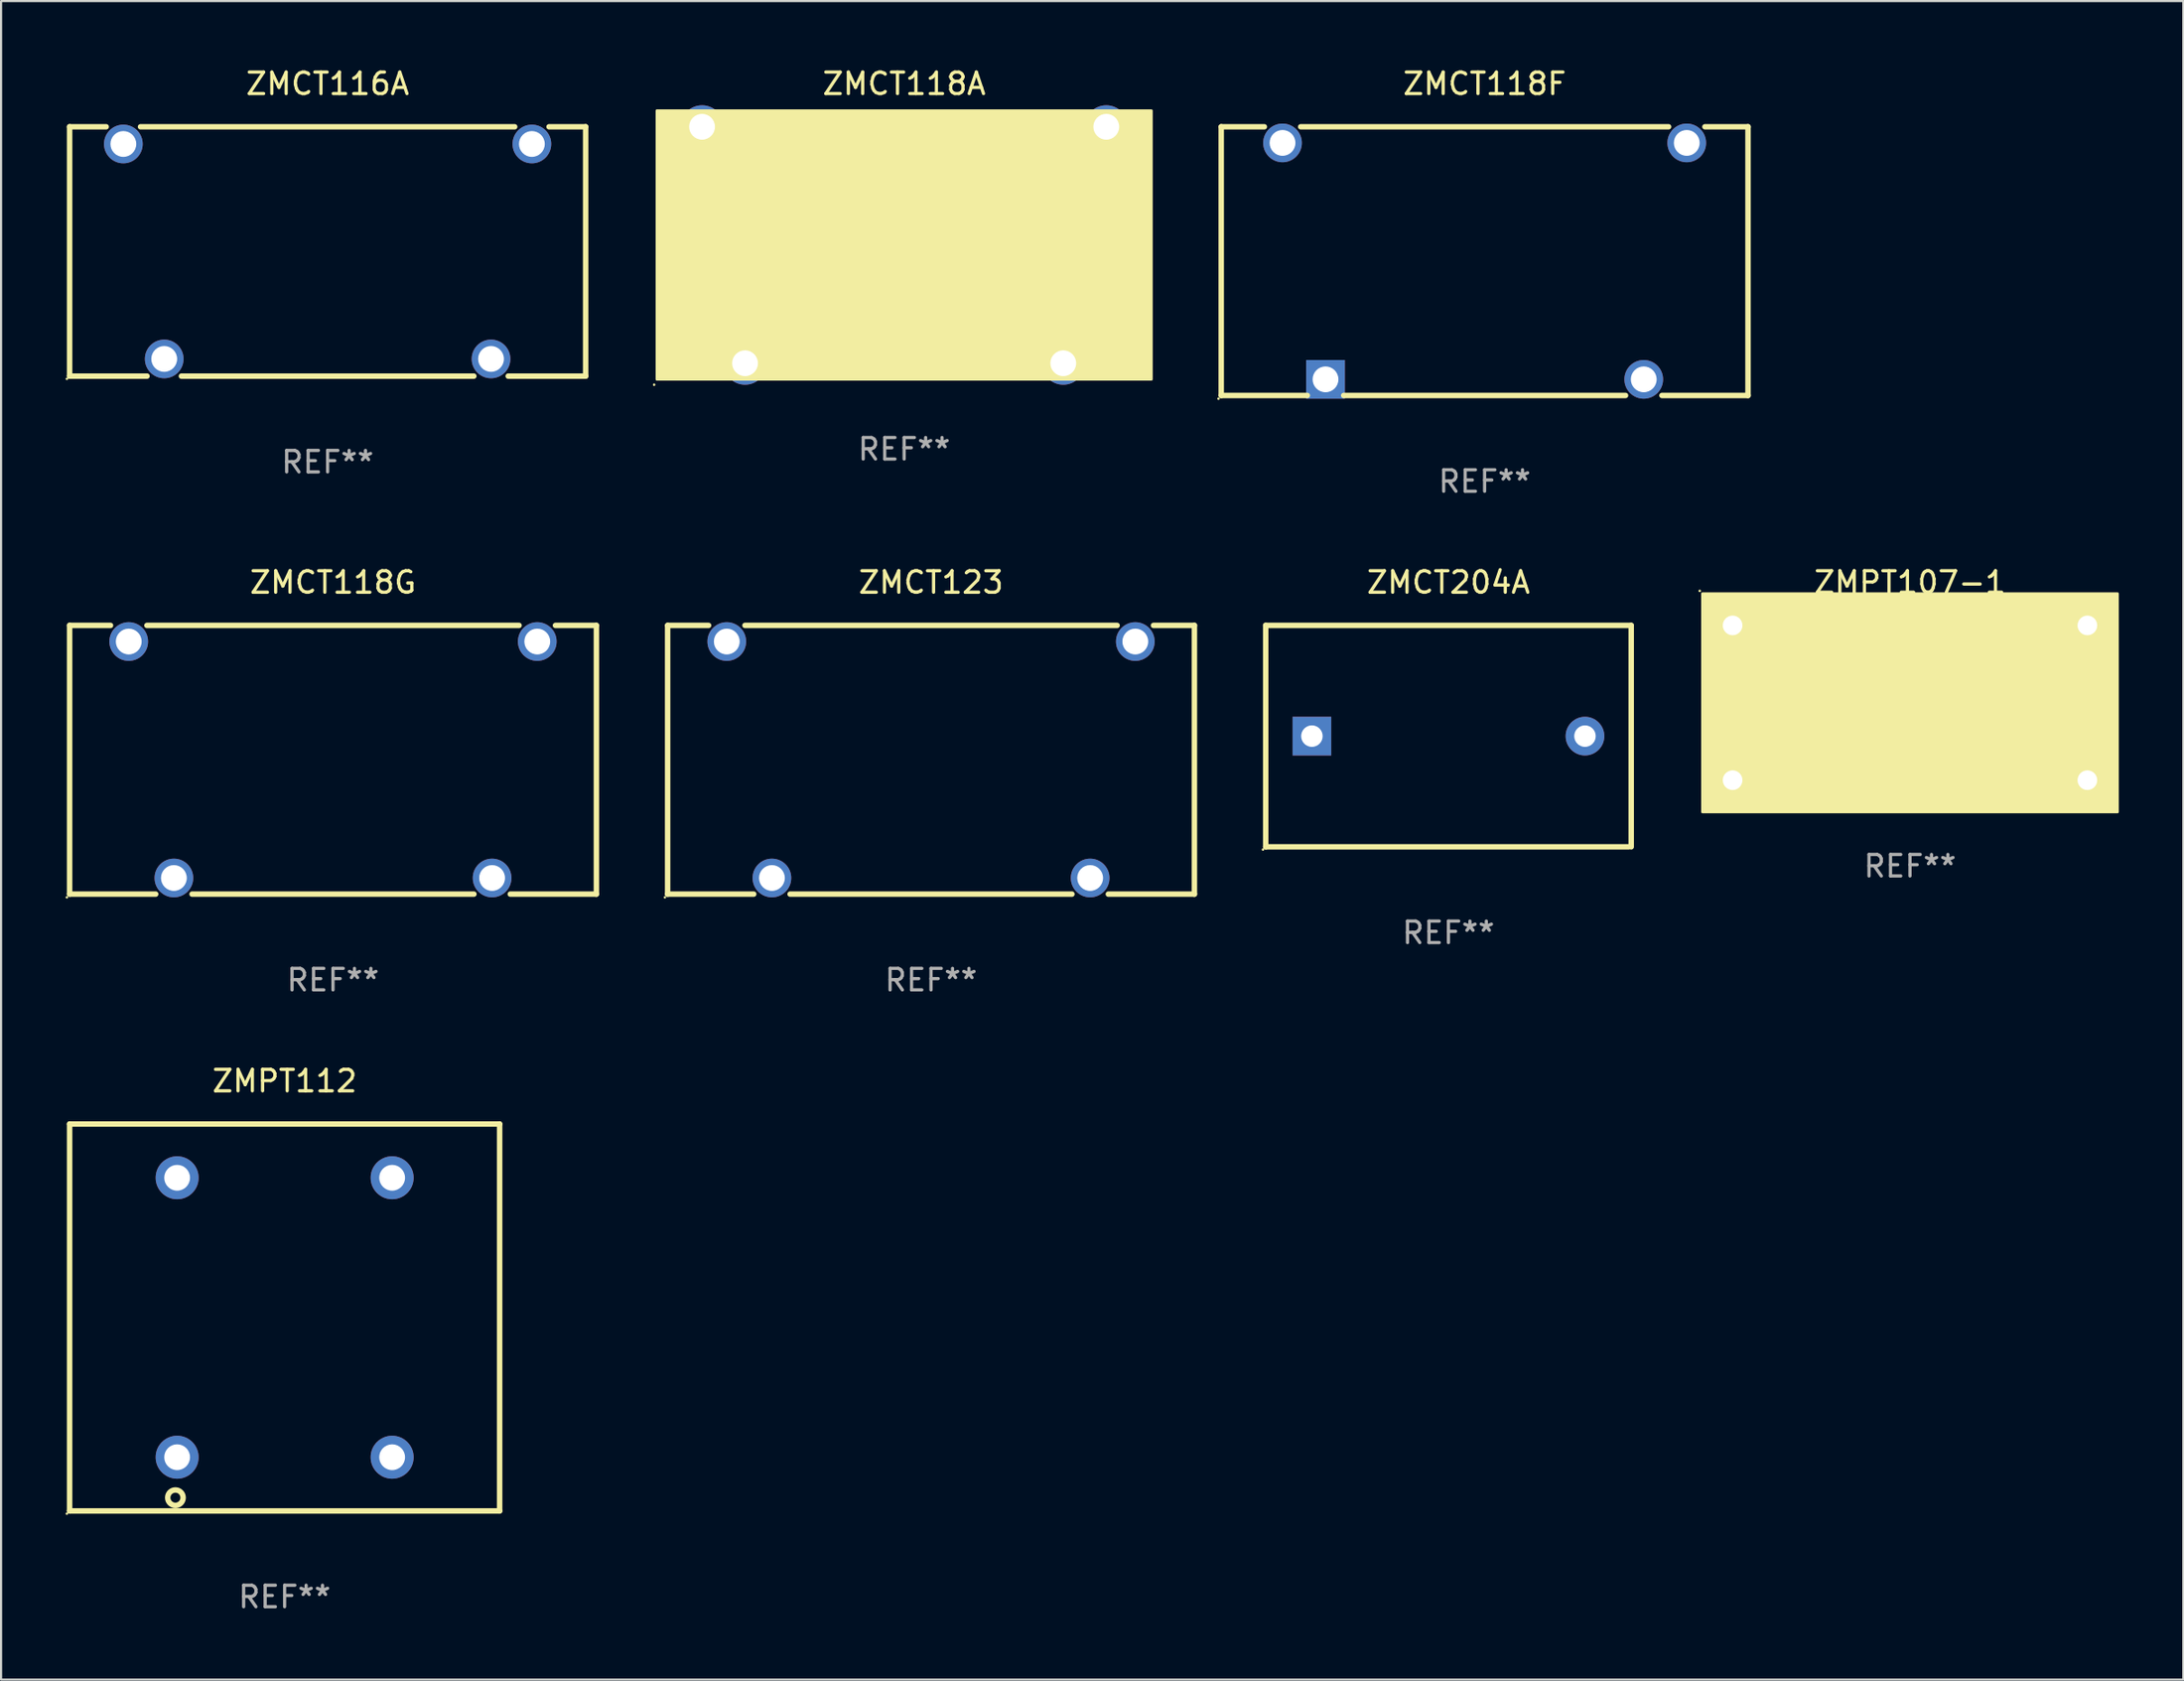
<source format=kicad_pcb>
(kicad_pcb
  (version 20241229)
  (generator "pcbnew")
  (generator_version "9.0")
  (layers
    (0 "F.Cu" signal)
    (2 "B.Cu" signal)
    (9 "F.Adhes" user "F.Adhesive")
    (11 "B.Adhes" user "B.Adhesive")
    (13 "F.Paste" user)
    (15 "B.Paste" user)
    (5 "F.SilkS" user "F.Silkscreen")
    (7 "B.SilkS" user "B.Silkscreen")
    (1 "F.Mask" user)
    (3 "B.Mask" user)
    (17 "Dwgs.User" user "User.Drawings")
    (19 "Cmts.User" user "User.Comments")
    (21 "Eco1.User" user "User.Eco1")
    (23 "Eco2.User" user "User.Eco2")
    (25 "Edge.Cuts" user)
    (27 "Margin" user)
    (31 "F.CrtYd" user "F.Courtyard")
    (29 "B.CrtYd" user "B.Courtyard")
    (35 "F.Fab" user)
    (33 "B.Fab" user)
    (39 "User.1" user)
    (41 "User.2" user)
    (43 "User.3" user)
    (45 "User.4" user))
  (footprint "ZMCT123"
    (layer "F.Cu")
    (at 40.251 32.295)
    (property "Reference" "ZMCT123" (at 0 -8.25 0) (layer "F.SilkS") (effects (font (size 1 1) (thickness 0.15))))
    (attr through_hole)
    (fp_line (start -12.25 -6.25) (end -10.346 -6.25) (stroke (width 0.254) (type solid)) (layer "F.SilkS"))
    (fp_line (start -12.25 6.25) (end -12.25 -6.25) (stroke (width 0.254) (type solid)) (layer "F.SilkS"))
    (fp_line (start -8.654 -6.25) (end 8.654 -6.25) (stroke (width 0.254) (type solid)) (layer "F.SilkS"))
    (fp_line (start -8.246 6.25) (end -12.25 6.25) (stroke (width 0.254) (type solid)) (layer "F.SilkS"))
    (fp_line (start 6.554 6.25) (end -6.554 6.25) (stroke (width 0.254) (type solid)) (layer "F.SilkS"))
    (fp_line (start 10.346 -6.25) (end 12.25 -6.25) (stroke (width 0.254) (type solid)) (layer "F.SilkS"))
    (fp_line (start 12.25 -6.25) (end 12.25 6.25) (stroke (width 0.254) (type solid)) (layer "F.SilkS"))
    (fp_line (start 12.25 6.25) (end 8.246 6.25) (stroke (width 0.254) (type solid)) (layer "F.SilkS"))
    (fp_circle (center -12.377 6.4) (end -12.347 6.4) (stroke (width 0.06) (type solid)) (fill no) (layer "F.SilkS"))
    (fp_text user "REF**" (at 0 10.25 0) (layer "F.Fab") (effects (font (size 1 1) (thickness 0.15))))
    (pad "1" thru_hole circle (at -7.4 5.5) (size 1.8 1.8) (drill 1.2) (layers "*.Cu" "*.Mask"))
    (pad "2" thru_hole circle (at 7.4 5.5) (size 1.8 1.8) (drill 1.2) (layers "*.Cu" "*.Mask"))
    (pad "3" thru_hole circle (at 9.5 -5.5) (size 1.8 1.8) (drill 1.2) (layers "*.Cu" "*.Mask"))
    (pad "4" thru_hole circle (at -9.5 -5.5) (size 1.8 1.8) (drill 1.2) (layers "*.Cu" "*.Mask")))
  (footprint "ZMPT112"
    (layer "F.Cu")
    (at 10.187 58.241)
    (property "Reference" "ZMPT112" (at 0 -11 0) (layer "F.SilkS") (effects (font (size 1 1) (thickness 0.15))))
    (attr through_hole)
    (fp_line (start -10 9) (end -10 -9) (stroke (width 0.254) (type solid)) (layer "F.SilkS"))
    (fp_line (start -10 9) (end 10 9) (stroke (width 0.254) (type solid)) (layer "F.SilkS"))
    (fp_line (start 10 -9) (end -10 -9) (stroke (width 0.254) (type solid)) (layer "F.SilkS"))
    (fp_line (start 10 -9) (end 10 9) (stroke (width 0.254) (type solid)) (layer "F.SilkS"))
    (fp_circle (center -10.127 9.127) (end -10.097 9.127) (stroke (width 0.06) (type solid)) (fill no) (layer "F.SilkS"))
    (fp_circle (center -5.079 8.382) (end -4.72 8.382) (stroke (width 0.254) (type solid)) (fill no) (layer "F.SilkS"))
    (fp_text user "*" (at 8.129 -8.082 0) (layer "B.Mask") (effects (font (size 1 1) (thickness 0.15))))
    (fp_text user "*" (at -8.127 7.158 0) (layer "B.Mask") (effects (font (size 1 1) (thickness 0.15))))
    (fp_text user "REF**" (at 0 13 0) (layer "F.Fab") (effects (font (size 1 1) (thickness 0.15))))
    (pad "1" thru_hole circle (at -4.999 6.5) (size 2 2) (drill 1.2) (layers "*.Cu" "*.Mask"))
    (pad "2" thru_hole circle (at -4.999 -6.5) (size 2 2) (drill 1.2) (layers "*.Cu" "*.Mask"))
    (pad "3" thru_hole circle (at 5.001 -6.5) (size 2 2) (drill 1.2) (layers "*.Cu" "*.Mask"))
    (pad "4" thru_hole circle (at 5.001 6.5) (size 2 2) (drill 1.2) (layers "*.Cu" "*.Mask")))
  (footprint "ZMCT118A"
    (layer "F.Cu")
    (at 39.001 8.348)
    (property "Reference" "ZMCT118A" (at 0 -7.5 0) (layer "F.SilkS") (effects (font (size 1 1) (thickness 0.15))))
    (attr through_hole)
    (fp_circle (center -11.627 6.5) (end -11.597 6.5) (stroke (width 0.06) (type solid)) (fill no) (layer "F.SilkS"))
    (fp_poly (pts (xy -11.5 -6.25) (xy 11.5 -6.25) (xy 11.5 6.25) (xy -11.5 6.25)) (stroke (width 0.12) (type solid)) (fill yes) (layer "F.SilkS"))
    (fp_text user "REF**" (at 0 9.5 0) (layer "F.Fab") (effects (font (size 1 1) (thickness 0.15))))
    (pad "1" thru_hole circle (at -7.4 5.5) (size 2 2) (drill 1.2) (layers "*.Cu" "*.Mask"))
    (pad "2" thru_hole circle (at 7.4 5.5) (size 2 2) (drill 1.2) (layers "*.Cu" "*.Mask"))
    (pad "3" thru_hole circle (at 9.4 -5.5) (size 2 2) (drill 1.2) (layers "*.Cu" "*.Mask"))
    (pad "4" thru_hole circle (at -9.4 -5.5) (size 2 2) (drill 1.2) (layers "*.Cu" "*.Mask")))
  (footprint "ZMCT118F"
    (layer "F.Cu")
    (at 65.998 9.098)
    (property "Reference" "ZMCT118F" (at 0 -8.25 0) (layer "F.SilkS") (effects (font (size 1 1) (thickness 0.15))))
    (attr through_hole)
    (fp_line (start -12.25 -6.25) (end -10.246 -6.25) (stroke (width 0.254) (type solid)) (layer "F.SilkS"))
    (fp_line (start -12.25 6.25) (end -12.25 -6.25) (stroke (width 0.254) (type solid)) (layer "F.SilkS"))
    (fp_line (start -8.554 -6.25) (end 8.554 -6.25) (stroke (width 0.254) (type solid)) (layer "F.SilkS"))
    (fp_line (start -8.246 6.25) (end -12.25 6.25) (stroke (width 0.254) (type solid)) (layer "F.SilkS"))
    (fp_line (start 6.554 6.25) (end -6.554 6.25) (stroke (width 0.254) (type solid)) (layer "F.SilkS"))
    (fp_line (start 10.246 -6.25) (end 12.25 -6.25) (stroke (width 0.254) (type solid)) (layer "F.SilkS"))
    (fp_line (start 12.25 -6.25) (end 12.25 6.25) (stroke (width 0.254) (type solid)) (layer "F.SilkS"))
    (fp_line (start 12.25 6.25) (end 8.246 6.25) (stroke (width 0.254) (type solid)) (layer "F.SilkS"))
    (fp_circle (center -12.377 6.4) (end -12.347 6.4) (stroke (width 0.06) (type solid)) (fill no) (layer "F.SilkS"))
    (fp_text user "REF**" (at 0 10.25 0) (layer "F.Fab") (effects (font (size 1 1) (thickness 0.15))))
    (pad "1" thru_hole rect (at -7.4 5.5) (size 1.8 1.8) (drill 1.2) (layers "*.Cu" "*.Mask"))
    (pad "2" thru_hole circle (at 7.4 5.5) (size 1.8 1.8) (drill 1.2) (layers "*.Cu" "*.Mask"))
    (pad "3" thru_hole circle (at 9.4 -5.5) (size 1.8 1.8) (drill 1.2) (layers "*.Cu" "*.Mask"))
    (pad "4" thru_hole circle (at -9.4 -5.5) (size 1.8 1.8) (drill 1.2) (layers "*.Cu" "*.Mask")))
  (footprint "ZMCT118G"
    (layer "F.Cu")
    (at 12.437 32.295)
    (property "Reference" "ZMCT118G" (at 0 -8.25 0) (layer "F.SilkS") (effects (font (size 1 1) (thickness 0.15))))
    (attr through_hole)
    (fp_line (start -12.25 -6.25) (end -10.346 -6.25) (stroke (width 0.254) (type solid)) (layer "F.SilkS"))
    (fp_line (start -12.25 6.25) (end -12.25 -6.25) (stroke (width 0.254) (type solid)) (layer "F.SilkS"))
    (fp_line (start -8.654 -6.25) (end 8.654 -6.25) (stroke (width 0.254) (type solid)) (layer "F.SilkS"))
    (fp_line (start -8.246 6.25) (end -12.25 6.25) (stroke (width 0.254) (type solid)) (layer "F.SilkS"))
    (fp_line (start 6.554 6.25) (end -6.554 6.25) (stroke (width 0.254) (type solid)) (layer "F.SilkS"))
    (fp_line (start 10.346 -6.25) (end 12.25 -6.25) (stroke (width 0.254) (type solid)) (layer "F.SilkS"))
    (fp_line (start 12.25 -6.25) (end 12.25 6.25) (stroke (width 0.254) (type solid)) (layer "F.SilkS"))
    (fp_line (start 12.25 6.25) (end 8.246 6.25) (stroke (width 0.254) (type solid)) (layer "F.SilkS"))
    (fp_circle (center -12.377 6.4) (end -12.347 6.4) (stroke (width 0.06) (type solid)) (fill no) (layer "F.SilkS"))
    (fp_text user "REF**" (at 0 10.25 0) (layer "F.Fab") (effects (font (size 1 1) (thickness 0.15))))
    (pad "1" thru_hole circle (at -7.4 5.5) (size 1.8 1.8) (drill 1.2) (layers "*.Cu" "*.Mask"))
    (pad "2" thru_hole circle (at 7.4 5.5) (size 1.8 1.8) (drill 1.2) (layers "*.Cu" "*.Mask"))
    (pad "3" thru_hole circle (at 9.5 -5.5) (size 1.8 1.8) (drill 1.2) (layers "*.Cu" "*.Mask"))
    (pad "4" thru_hole circle (at -9.5 -5.5) (size 1.8 1.8) (drill 1.2) (layers "*.Cu" "*.Mask")))
  (footprint "ZMCT116A"
    (layer "F.Cu")
    (at 12.187 8.648)
    (property "Reference" "ZMCT116A" (at 0 -7.8 0) (layer "F.SilkS") (effects (font (size 1 1) (thickness 0.15))))
    (attr through_hole)
    (fp_line (start -12 5.8) (end -12 -5.8) (stroke (width 0.254) (type solid)) (layer "F.SilkS"))
    (fp_line (start -12 5.8) (end -8.399 5.8) (stroke (width 0.254) (type solid)) (layer "F.SilkS"))
    (fp_line (start -10.299 -5.8) (end -12 -5.8) (stroke (width 0.254) (type solid)) (layer "F.SilkS"))
    (fp_line (start -6.801 5.8) (end 6.801 5.8) (stroke (width 0.254) (type solid)) (layer "F.SilkS"))
    (fp_line (start 8.399 5.8) (end 12 5.8) (stroke (width 0.254) (type solid)) (layer "F.SilkS"))
    (fp_line (start 8.701 -5.8) (end -8.701 -5.8) (stroke (width 0.254) (type solid)) (layer "F.SilkS"))
    (fp_line (start 12 -5.8) (end 10.299 -5.8) (stroke (width 0.254) (type solid)) (layer "F.SilkS"))
    (fp_line (start 12 -5.8) (end 12 5.8) (stroke (width 0.254) (type solid)) (layer "F.SilkS"))
    (fp_circle (center -12.127 5.927) (end -12.097 5.927) (stroke (width 0.06) (type solid)) (fill no) (layer "F.SilkS"))
    (fp_text user "REF**" (at 0 9.8 0) (layer "F.Fab") (effects (font (size 1 1) (thickness 0.15))))
    (pad "1" thru_hole circle (at -7.6 5) (size 1.8 1.8) (drill 1.2) (layers "*.Cu" "*.Mask"))
    (pad "2" thru_hole circle (at 7.6 5) (size 1.8 1.8) (drill 1.2) (layers "*.Cu" "*.Mask"))
    (pad "3" thru_hole circle (at 9.5 -5) (size 1.8 1.8) (drill 1.2) (layers "*.Cu" "*.Mask"))
    (pad "4" thru_hole circle (at -9.5 -5) (size 1.8 1.8) (drill 1.2) (layers "*.Cu" "*.Mask")))
  (footprint "ZMPT107-1"
    (layer "F.Cu")
    (at 85.781 29.645)
    (property "Reference" "ZMPT107-1" (at 0 -5.6 0) (layer "F.SilkS") (effects (font (size 1 1) (thickness 0.15))))
    (attr through_hole)
    (fp_circle (center -9.779 -5.207) (end -9.749 -5.207) (stroke (width 0.06) (type solid)) (fill no) (layer "F.SilkS"))
    (fp_poly (pts (xy -9.652 -5.08) (xy 9.652 -5.08) (xy 9.652 5.08) (xy -9.652 5.08)) (stroke (width 0.12) (type solid)) (fill yes) (layer "F.SilkS"))
    (fp_text user "REF**" (at 0 7.6 0) (layer "F.Fab") (effects (font (size 1 1) (thickness 0.15))))
    (pad "1" thru_hole rect (at -8.25 -3.6) (size 1.524 1.524) (drill 0.914) (layers "*.Cu" "*.Mask"))
    (pad "2" thru_hole circle (at -8.25 3.6) (size 1.524 1.524) (drill 0.914) (layers "*.Cu" "*.Mask"))
    (pad "3" thru_hole rect (at 8.25 -3.6) (size 1.524 1.524) (drill 0.914) (layers "*.Cu" "*.Mask"))
    (pad "4" thru_hole circle (at 8.25 3.6) (size 1.524 1.524) (drill 0.914) (layers "*.Cu" "*.Mask")))
  (footprint "ZMCT204A"
    (layer "F.Cu")
    (at 64.315 31.195)
    (property "Reference" "ZMCT204A" (at 0 -7.15 0) (layer "F.SilkS") (effects (font (size 1 1) (thickness 0.15))))
    (attr through_hole)
    (fp_line (start -8.5 -5.15) (end -8.5 5.15) (stroke (width 0.254) (type solid)) (layer "F.SilkS"))
    (fp_line (start -8.5 -5.15) (end 8.5 -5.15) (stroke (width 0.254) (type solid)) (layer "F.SilkS"))
    (fp_line (start -8.5 5.15) (end 8.382 5.15) (stroke (width 0.254) (type solid)) (layer "F.SilkS"))
    (fp_line (start 8.5 -5.15) (end 8.5 5.15) (stroke (width 0.254) (type solid)) (layer "F.SilkS"))
    (fp_circle (center -8.627 5.277) (end -8.597 5.277) (stroke (width 0.06) (type solid)) (fill no) (layer "F.SilkS"))
    (fp_text user "REF**" (at 0 9.15 0) (layer "F.Fab") (effects (font (size 1 1) (thickness 0.15))))
    (pad "1" thru_hole rect (at -6.35 0) (size 1.8 1.8) (drill 1) (layers "*.Cu" "*.Mask"))
    (pad "2" thru_hole circle (at 6.35 0) (size 1.8 1.8) (drill 1) (layers "*.Cu" "*.Mask")))
  (gr_rect
    (start -3 -3)
    (end 98.493 75.089)
    (stroke (width 0.1) (type default))
    (fill no)
    (layer "Edge.Cuts")))
</source>
